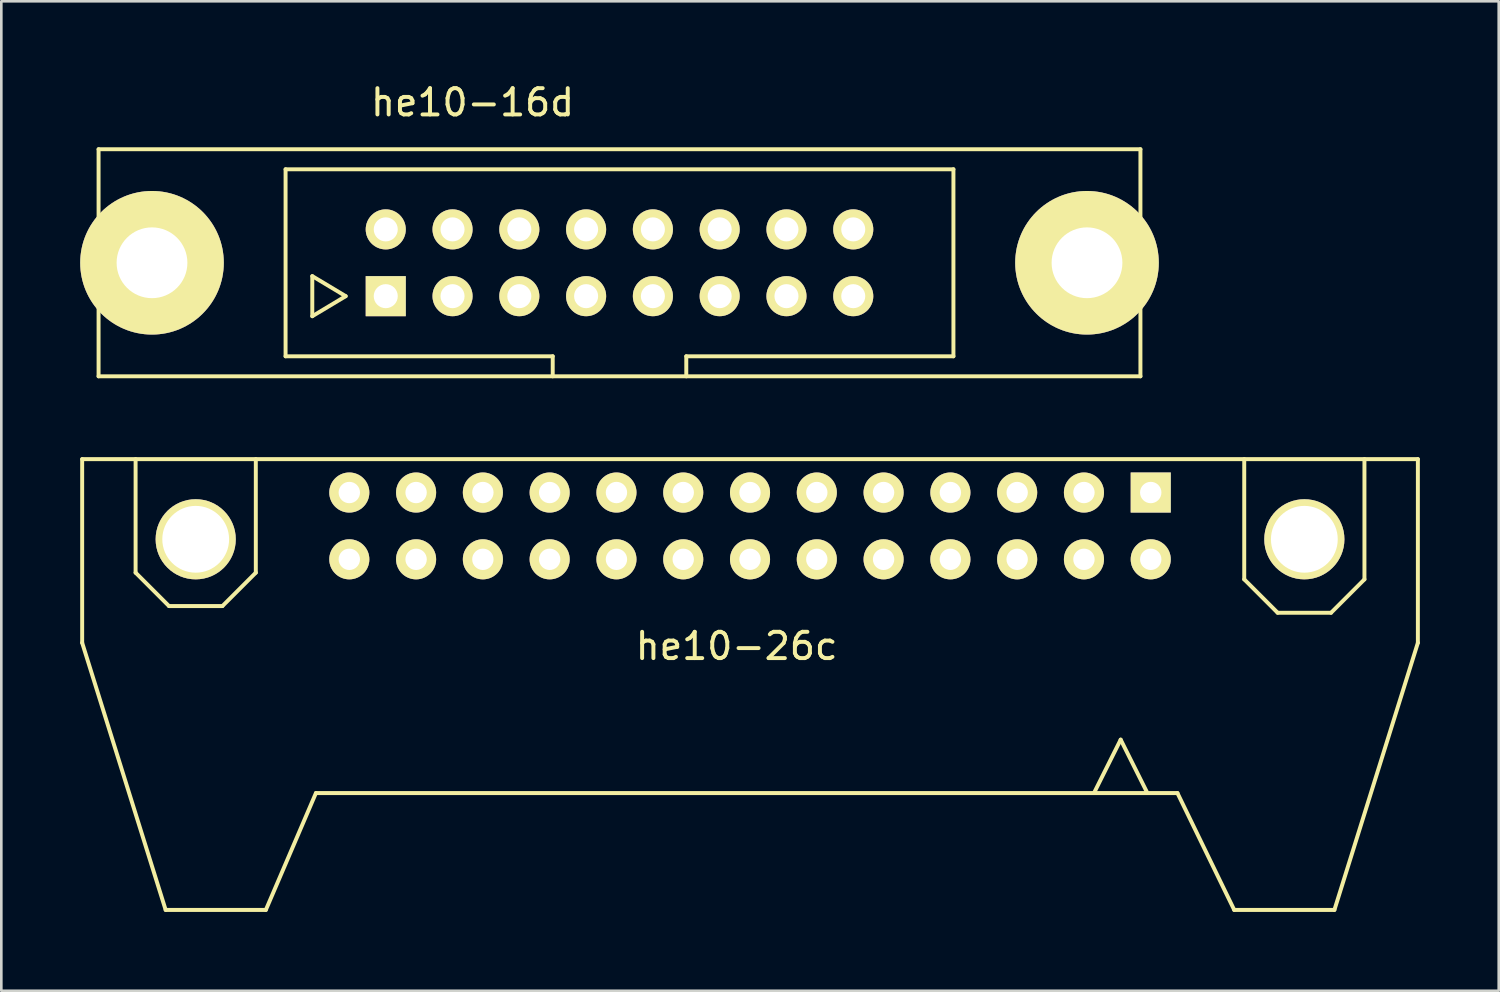
<source format=kicad_pcb>
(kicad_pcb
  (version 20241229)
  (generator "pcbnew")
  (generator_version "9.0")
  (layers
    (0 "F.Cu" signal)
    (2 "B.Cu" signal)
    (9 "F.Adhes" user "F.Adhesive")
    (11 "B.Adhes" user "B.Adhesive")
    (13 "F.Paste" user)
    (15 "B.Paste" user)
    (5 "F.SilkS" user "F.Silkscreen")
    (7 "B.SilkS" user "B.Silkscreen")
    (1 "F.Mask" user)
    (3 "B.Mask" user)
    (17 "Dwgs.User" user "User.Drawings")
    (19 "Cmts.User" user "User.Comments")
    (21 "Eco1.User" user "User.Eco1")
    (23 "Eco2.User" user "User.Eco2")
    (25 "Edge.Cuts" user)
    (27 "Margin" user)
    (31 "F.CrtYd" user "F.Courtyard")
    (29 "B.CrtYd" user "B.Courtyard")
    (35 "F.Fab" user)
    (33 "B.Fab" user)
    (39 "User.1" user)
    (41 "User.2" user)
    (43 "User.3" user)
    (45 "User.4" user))
  (footprint "he10-26c"
    (layer "F.Cu")
    (at 25.475 16.952)
    (property "Reference" "he10-26c" (at -0.508 4.572 0) (layer "F.SilkS") (effects (font (size 1 1) (thickness 0.15))))
    (attr through_hole)
    (fp_line (start -25.4 -2.54) (end -25.4 4.445) (stroke (width 0.15) (type solid)) (layer "F.SilkS"))
    (fp_line (start -25.4 -2.54) (end 25.4 -2.54) (stroke (width 0.15) (type solid)) (layer "F.SilkS"))
    (fp_line (start -25.4 4.445) (end -22.225 14.605) (stroke (width 0.15) (type solid)) (layer "F.SilkS"))
    (fp_line (start -23.368 1.778) (end -23.368 -2.54) (stroke (width 0.15) (type solid)) (layer "F.SilkS"))
    (fp_line (start -22.225 14.605) (end -18.415 14.605) (stroke (width 0.15) (type solid)) (layer "F.SilkS"))
    (fp_line (start -22.098 3.048) (end -23.368 1.778) (stroke (width 0.15) (type solid)) (layer "F.SilkS"))
    (fp_line (start -20.066 3.048) (end -22.098 3.048) (stroke (width 0.15) (type solid)) (layer "F.SilkS"))
    (fp_line (start -18.796 -2.54) (end -18.796 1.778) (stroke (width 0.15) (type solid)) (layer "F.SilkS"))
    (fp_line (start -18.796 1.778) (end -20.066 3.048) (stroke (width 0.15) (type solid)) (layer "F.SilkS"))
    (fp_line (start -18.415 14.605) (end -16.51 10.16) (stroke (width 0.15) (type solid)) (layer "F.SilkS"))
    (fp_line (start 14.097 8.128) (end 13.081 10.16) (stroke (width 0.15) (type solid)) (layer "F.SilkS"))
    (fp_line (start 15.113 10.16) (end 14.097 8.128) (stroke (width 0.15) (type solid)) (layer "F.SilkS"))
    (fp_line (start 16.256 10.16) (end -16.51 10.16) (stroke (width 0.15) (type solid)) (layer "F.SilkS"))
    (fp_line (start 18.415 14.605) (end 16.256 10.16) (stroke (width 0.15) (type solid)) (layer "F.SilkS"))
    (fp_line (start 18.796 2.032) (end 18.796 -2.54) (stroke (width 0.15) (type solid)) (layer "F.SilkS"))
    (fp_line (start 20.066 3.302) (end 18.796 2.032) (stroke (width 0.15) (type solid)) (layer "F.SilkS"))
    (fp_line (start 22.098 3.302) (end 20.066 3.302) (stroke (width 0.15) (type solid)) (layer "F.SilkS"))
    (fp_line (start 22.225 14.605) (end 18.415 14.605) (stroke (width 0.15) (type solid)) (layer "F.SilkS"))
    (fp_line (start 23.368 -2.54) (end 23.368 2.032) (stroke (width 0.15) (type solid)) (layer "F.SilkS"))
    (fp_line (start 23.368 2.032) (end 22.098 3.302) (stroke (width 0.15) (type solid)) (layer "F.SilkS"))
    (fp_line (start 25.4 -2.54) (end 25.4 4.445) (stroke (width 0.15) (type solid)) (layer "F.SilkS"))
    (fp_line (start 25.4 4.445) (end 22.225 14.605) (stroke (width 0.15) (type solid)) (layer "F.SilkS"))
    (pad "0" thru_hole circle (at -21.082 0.508) (size 3.048 3.048) (drill 2.54) (layers "*.Cu" "*.Mask" "F.SilkS"))
    (pad "0" thru_hole circle (at 21.082 0.508) (size 3.048 3.048) (drill 2.54) (layers "*.Cu" "*.Mask" "F.SilkS"))
    (pad "1" thru_hole rect (at 15.24 -1.27) (size 1.524 1.524) (drill 0.813) (layers "*.Cu" "*.Mask" "F.SilkS"))
    (pad "2" thru_hole circle (at 15.24 1.27) (size 1.524 1.524) (drill 0.813) (layers "*.Cu" "*.Mask" "F.SilkS"))
    (pad "3" thru_hole circle (at 12.7 -1.27) (size 1.524 1.524) (drill 0.813) (layers "*.Cu" "*.Mask" "F.SilkS"))
    (pad "4" thru_hole circle (at 12.7 1.27) (size 1.524 1.524) (drill 0.813) (layers "*.Cu" "*.Mask" "F.SilkS"))
    (pad "5" thru_hole circle (at 10.16 -1.27) (size 1.524 1.524) (drill 0.813) (layers "*.Cu" "*.Mask" "F.SilkS"))
    (pad "6" thru_hole circle (at 10.16 1.27) (size 1.524 1.524) (drill 0.813) (layers "*.Cu" "*.Mask" "F.SilkS"))
    (pad "7" thru_hole circle (at 7.62 -1.27) (size 1.524 1.524) (drill 0.813) (layers "*.Cu" "*.Mask" "F.SilkS"))
    (pad "8" thru_hole circle (at 7.62 1.27) (size 1.524 1.524) (drill 0.813) (layers "*.Cu" "*.Mask" "F.SilkS"))
    (pad "9" thru_hole circle (at 5.08 -1.27) (size 1.524 1.524) (drill 0.813) (layers "*.Cu" "*.Mask" "F.SilkS"))
    (pad "10" thru_hole circle (at 5.08 1.27) (size 1.524 1.524) (drill 0.813) (layers "*.Cu" "*.Mask" "F.SilkS"))
    (pad "11" thru_hole circle (at 2.54 -1.27) (size 1.524 1.524) (drill 0.813) (layers "*.Cu" "*.Mask" "F.SilkS"))
    (pad "12" thru_hole circle (at 2.54 1.27) (size 1.524 1.524) (drill 0.813) (layers "*.Cu" "*.Mask" "F.SilkS"))
    (pad "13" thru_hole circle (at 0 -1.27) (size 1.524 1.524) (drill 0.813) (layers "*.Cu" "*.Mask" "F.SilkS"))
    (pad "14" thru_hole circle (at 0 1.27) (size 1.524 1.524) (drill 0.813) (layers "*.Cu" "*.Mask" "F.SilkS"))
    (pad "15" thru_hole circle (at -2.54 -1.27) (size 1.524 1.524) (drill 0.813) (layers "*.Cu" "*.Mask" "F.SilkS"))
    (pad "16" thru_hole circle (at -2.54 1.27) (size 1.524 1.524) (drill 0.813) (layers "*.Cu" "*.Mask" "F.SilkS"))
    (pad "17" thru_hole circle (at -5.08 -1.27) (size 1.524 1.524) (drill 0.813) (layers "*.Cu" "*.Mask" "F.SilkS"))
    (pad "18" thru_hole circle (at -5.08 1.27) (size 1.524 1.524) (drill 0.813) (layers "*.Cu" "*.Mask" "F.SilkS"))
    (pad "19" thru_hole circle (at -7.62 -1.27) (size 1.524 1.524) (drill 0.813) (layers "*.Cu" "*.Mask" "F.SilkS"))
    (pad "20" thru_hole circle (at -7.62 1.27) (size 1.524 1.524) (drill 0.813) (layers "*.Cu" "*.Mask" "F.SilkS"))
    (pad "21" thru_hole circle (at -10.16 -1.27) (size 1.524 1.524) (drill 0.813) (layers "*.Cu" "*.Mask" "F.SilkS"))
    (pad "22" thru_hole circle (at -10.16 1.27) (size 1.524 1.524) (drill 0.813) (layers "*.Cu" "*.Mask" "F.SilkS"))
    (pad "23" thru_hole circle (at -12.7 -1.27) (size 1.524 1.524) (drill 0.813) (layers "*.Cu" "*.Mask" "F.SilkS"))
    (pad "24" thru_hole circle (at -12.7 1.27) (size 1.524 1.524) (drill 0.813) (layers "*.Cu" "*.Mask" "F.SilkS"))
    (pad "25" thru_hole circle (at -15.24 -1.27) (size 1.524 1.524) (drill 0.813) (layers "*.Cu" "*.Mask" "F.SilkS"))
    (pad "26" thru_hole circle (at -15.24 1.27) (size 1.524 1.524) (drill 0.813) (layers "*.Cu" "*.Mask" "F.SilkS")))
  (footprint "he10-16d"
    (layer "F.Cu")
    (at 20.511 6.944)
    (property "Reference" "he10-16d" (at -5.588 -6.096 0) (layer "F.SilkS") (effects (font (size 1 1) (thickness 0.15))))
    (attr through_hole)
    (fp_line (start -19.812 -4.318) (end 19.812 -4.318) (stroke (width 0.15) (type solid)) (layer "F.SilkS"))
    (fp_line (start -19.812 4.318) (end -19.812 -4.318) (stroke (width 0.15) (type solid)) (layer "F.SilkS"))
    (fp_line (start -12.7 -3.556) (end 12.7 -3.556) (stroke (width 0.15) (type solid)) (layer "F.SilkS"))
    (fp_line (start -12.7 3.556) (end -12.7 -3.556) (stroke (width 0.15) (type solid)) (layer "F.SilkS"))
    (fp_line (start -11.684 0.508) (end -11.684 2.032) (stroke (width 0.15) (type solid)) (layer "F.SilkS"))
    (fp_line (start -11.684 2.032) (end -10.414 1.27) (stroke (width 0.15) (type solid)) (layer "F.SilkS"))
    (fp_line (start -10.414 1.27) (end -11.684 0.508) (stroke (width 0.15) (type solid)) (layer "F.SilkS"))
    (fp_line (start -2.54 3.556) (end -12.7 3.556) (stroke (width 0.15) (type solid)) (layer "F.SilkS"))
    (fp_line (start -2.54 4.318) (end -2.54 3.556) (stroke (width 0.15) (type solid)) (layer "F.SilkS"))
    (fp_line (start 2.54 3.556) (end 2.54 4.318) (stroke (width 0.15) (type solid)) (layer "F.SilkS"))
    (fp_line (start 12.7 -3.556) (end 12.7 3.556) (stroke (width 0.15) (type solid)) (layer "F.SilkS"))
    (fp_line (start 12.7 3.556) (end 2.54 3.556) (stroke (width 0.15) (type solid)) (layer "F.SilkS"))
    (fp_line (start 19.812 -4.318) (end 19.812 4.318) (stroke (width 0.15) (type solid)) (layer "F.SilkS"))
    (fp_line (start 19.812 4.318) (end -19.812 4.318) (stroke (width 0.15) (type solid)) (layer "F.SilkS"))
    (pad "0" thru_hole circle (at -17.78 0) (size 5.461 5.461) (drill 2.692) (layers "*.Cu" "*.Mask" "F.SilkS"))
    (pad "0" thru_hole circle (at 17.78 0) (size 5.461 5.461) (drill 2.692) (layers "*.Cu" "*.Mask" "F.SilkS"))
    (pad "1" thru_hole rect (at -8.89 1.27) (size 1.524 1.524) (drill 0.914) (layers "*.Cu" "*.Mask" "F.SilkS"))
    (pad "2" thru_hole circle (at -8.89 -1.27) (size 1.524 1.524) (drill 0.914) (layers "*.Cu" "*.Mask" "F.SilkS"))
    (pad "3" thru_hole circle (at -6.35 1.27) (size 1.524 1.524) (drill 0.914) (layers "*.Cu" "*.Mask" "F.SilkS"))
    (pad "4" thru_hole circle (at -6.35 -1.27) (size 1.524 1.524) (drill 0.914) (layers "*.Cu" "*.Mask" "F.SilkS"))
    (pad "5" thru_hole circle (at -3.81 1.27) (size 1.524 1.524) (drill 0.914) (layers "*.Cu" "*.Mask" "F.SilkS"))
    (pad "6" thru_hole circle (at -3.81 -1.27) (size 1.524 1.524) (drill 0.914) (layers "*.Cu" "*.Mask" "F.SilkS"))
    (pad "7" thru_hole circle (at -1.27 1.27) (size 1.524 1.524) (drill 0.914) (layers "*.Cu" "*.Mask" "F.SilkS"))
    (pad "8" thru_hole circle (at -1.27 -1.27) (size 1.524 1.524) (drill 0.914) (layers "*.Cu" "*.Mask" "F.SilkS"))
    (pad "9" thru_hole circle (at 1.27 1.27) (size 1.524 1.524) (drill 0.914) (layers "*.Cu" "*.Mask" "F.SilkS"))
    (pad "10" thru_hole circle (at 1.27 -1.27) (size 1.524 1.524) (drill 0.914) (layers "*.Cu" "*.Mask" "F.SilkS"))
    (pad "11" thru_hole circle (at 3.81 1.27) (size 1.524 1.524) (drill 0.914) (layers "*.Cu" "*.Mask" "F.SilkS"))
    (pad "12" thru_hole circle (at 3.81 -1.27) (size 1.524 1.524) (drill 0.914) (layers "*.Cu" "*.Mask" "F.SilkS"))
    (pad "13" thru_hole circle (at 6.35 1.27) (size 1.524 1.524) (drill 0.914) (layers "*.Cu" "*.Mask" "F.SilkS"))
    (pad "14" thru_hole circle (at 6.35 -1.27) (size 1.524 1.524) (drill 0.914) (layers "*.Cu" "*.Mask" "F.SilkS"))
    (pad "15" thru_hole circle (at 8.89 1.27) (size 1.524 1.524) (drill 0.914) (layers "*.Cu" "*.Mask" "F.SilkS"))
    (pad "16" thru_hole circle (at 8.89 -1.27) (size 1.524 1.524) (drill 0.914) (layers "*.Cu" "*.Mask" "F.SilkS")))
  (gr_rect
    (start -3 -3)
    (end 53.95 34.632)
    (stroke (width 0.1) (type default))
    (fill no)
    (layer "Edge.Cuts")))
</source>
